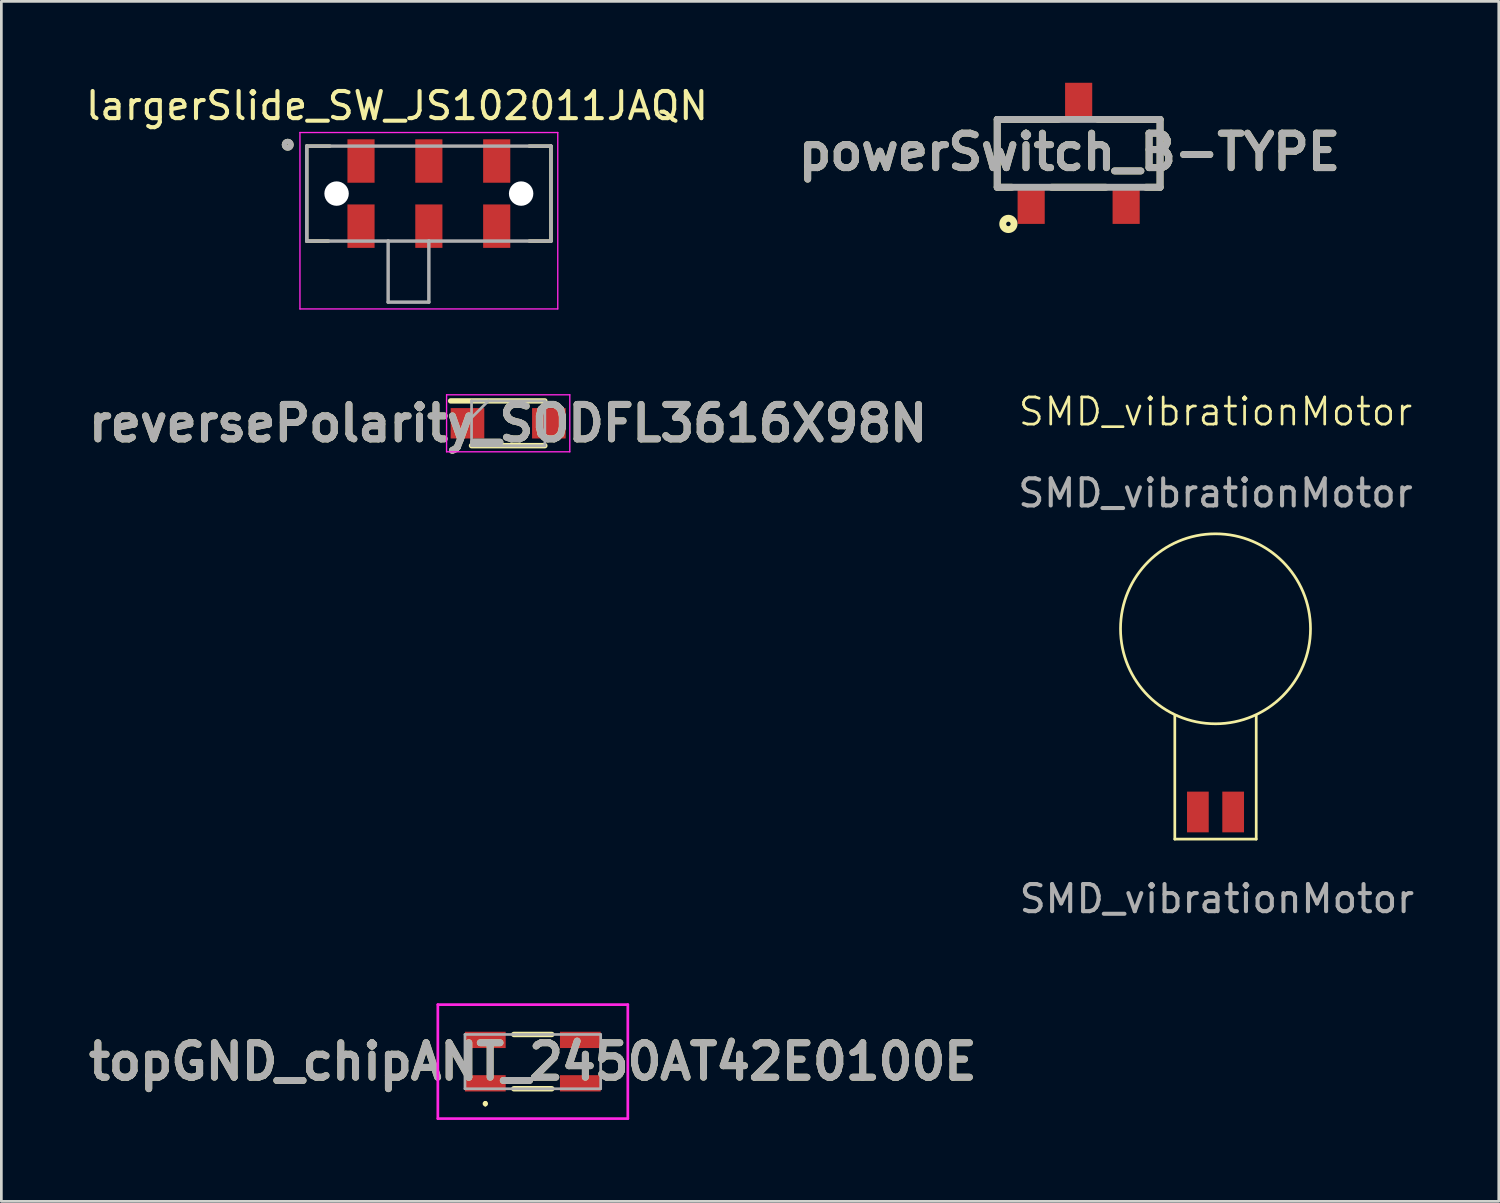
<source format=kicad_pcb>
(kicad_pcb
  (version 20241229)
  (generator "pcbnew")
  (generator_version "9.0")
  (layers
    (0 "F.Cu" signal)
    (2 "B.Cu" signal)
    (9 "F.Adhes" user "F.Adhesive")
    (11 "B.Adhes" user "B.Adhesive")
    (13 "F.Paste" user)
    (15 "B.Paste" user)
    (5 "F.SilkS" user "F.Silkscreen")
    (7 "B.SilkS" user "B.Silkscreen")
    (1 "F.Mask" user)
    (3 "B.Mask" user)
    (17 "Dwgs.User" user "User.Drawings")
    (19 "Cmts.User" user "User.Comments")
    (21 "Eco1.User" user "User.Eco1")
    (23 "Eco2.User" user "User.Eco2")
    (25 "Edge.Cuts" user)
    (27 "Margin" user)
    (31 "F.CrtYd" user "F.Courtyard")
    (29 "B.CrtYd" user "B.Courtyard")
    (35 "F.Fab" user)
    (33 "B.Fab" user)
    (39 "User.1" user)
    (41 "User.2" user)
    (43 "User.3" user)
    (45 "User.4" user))
  (footprint "topGND_chipANT_2450AT42E0100E"
    (layer "F.Cu")
    (at 16.583 36.067)
    (property "Reference" "topGND_chipANT_2450AT42E0100E" (at 0 0 0) (layer "F.SilkS") (effects (font (size 1.27 1.27) (thickness 0.254))))
    (attr smd)
    (fp_line (start -1.75 1.5) (end -1.75 1.5) (stroke (width 0.1) (type solid)) (layer "F.SilkS"))
    (fp_line (start -1.75 1.6) (end -1.75 1.6) (stroke (width 0.1) (type solid)) (layer "F.SilkS"))
    (fp_line (start -0.7 -1) (end 0.7 -1) (stroke (width 0.2) (type solid)) (layer "F.SilkS"))
    (fp_line (start -0.7 1) (end 0.7 1) (stroke (width 0.2) (type solid)) (layer "F.SilkS"))
    (fp_arc (start -1.75 1.5) (mid -1.7 1.55) (end -1.75 1.6) (stroke (width 0.1) (type solid)) (layer "F.SilkS"))
    (fp_arc (start -1.75 1.6) (mid -1.8 1.55) (end -1.75 1.5) (stroke (width 0.1) (type solid)) (layer "F.SilkS"))
    (fp_line (start -3.5 -2.1) (end 3.5 -2.1) (stroke (width 0.1) (type solid)) (layer "F.CrtYd"))
    (fp_line (start -3.5 2.1) (end -3.5 -2.1) (stroke (width 0.1) (type solid)) (layer "F.CrtYd"))
    (fp_line (start 3.5 -2.1) (end 3.5 2.1) (stroke (width 0.1) (type solid)) (layer "F.CrtYd"))
    (fp_line (start 3.5 2.1) (end -3.5 2.1) (stroke (width 0.1) (type solid)) (layer "F.CrtYd"))
    (fp_line (start -2.5 -1) (end 2.5 -1) (stroke (width 0.1) (type solid)) (layer "F.Fab"))
    (fp_line (start -2.5 1) (end -2.5 -1) (stroke (width 0.1) (type solid)) (layer "F.Fab"))
    (fp_line (start 2.5 -1) (end 2.5 1) (stroke (width 0.1) (type solid)) (layer "F.Fab"))
    (fp_line (start 2.5 1) (end -2.5 1) (stroke (width 0.1) (type solid)) (layer "F.Fab"))
    (fp_text user "${REFERENCE}" (at 0 0 0) (layer "F.Fab") (effects (font (size 1.27 1.27) (thickness 0.254))))
    (pad "1" smd rect (at -1.75 0.8 90) (size 0.6 1.5) (layers "F.Cu" "F.Mask" "F.Paste"))
    (pad "2" smd rect (at 1.75 0.8 90) (size 0.6 1.5) (layers "F.Cu" "F.Mask" "F.Paste"))
    (pad "3" smd rect (at 1.75 -0.8 90) (size 0.6 1.5) (layers "F.Cu" "F.Mask" "F.Paste"))
    (pad "4" smd rect (at -1.75 -0.8 90) (size 0.6 1.5) (layers "F.Cu" "F.Mask" "F.Paste")))
  (footprint "reversePolarity_SODFL3616X98N"
    (layer "F.Cu")
    (at 15.675 12.547)
    (property "Reference" "reversePolarity_SODFL3616X98N" (at 0 0 0) (layer "F.SilkS") (effects (font (size 1.27 1.27) (thickness 0.254))))
    (attr smd)
    (fp_line (start -2.12 -0.825) (end 1.35 -0.825) (stroke (width 0.2) (type solid)) (layer "F.SilkS"))
    (fp_line (start -1.35 0.825) (end 1.35 0.825) (stroke (width 0.2) (type solid)) (layer "F.SilkS"))
    (fp_line (start -2.27 -1.05) (end 2.27 -1.05) (stroke (width 0.05) (type solid)) (layer "F.CrtYd"))
    (fp_line (start -2.27 1.05) (end -2.27 -1.05) (stroke (width 0.05) (type solid)) (layer "F.CrtYd"))
    (fp_line (start 2.27 -1.05) (end 2.27 1.05) (stroke (width 0.05) (type solid)) (layer "F.CrtYd"))
    (fp_line (start 2.27 1.05) (end -2.27 1.05) (stroke (width 0.05) (type solid)) (layer "F.CrtYd"))
    (fp_line (start -1.35 -0.825) (end 1.35 -0.825) (stroke (width 0.1) (type solid)) (layer "F.Fab"))
    (fp_line (start -1.35 -0.205) (end -0.73 -0.825) (stroke (width 0.1) (type solid)) (layer "F.Fab"))
    (fp_line (start -1.35 0.825) (end -1.35 -0.825) (stroke (width 0.1) (type solid)) (layer "F.Fab"))
    (fp_line (start 1.35 -0.825) (end 1.35 0.825) (stroke (width 0.1) (type solid)) (layer "F.Fab"))
    (fp_line (start 1.35 0.825) (end -1.35 0.825) (stroke (width 0.1) (type solid)) (layer "F.Fab"))
    (fp_text user "${REFERENCE}" (at 0 0 0) (layer "F.Fab") (effects (font (size 1.27 1.27) (thickness 0.254))))
    (pad "1" smd rect (at -1.5 0 90) (size 1.12 1.24) (layers "F.Cu" "F.Mask" "F.Paste"))
    (pad "2" smd rect (at 1.5 0 90) (size 1.12 1.24) (layers "F.Cu" "F.Mask" "F.Paste")))
  (footprint "powerSwitch_B-TYPE"
    (layer "F.Cu")
    (at 36.695 2.6)
    (property "Reference" "powerSwitch_B-TYPE" (at -0.338 -0.047 0) (layer "F.SilkS") (effects (font (size 1.27 1.27) (thickness 0.254))))
    (attr smd)
    (fp_line (start -3 -1.25) (end -0.749 -1.25) (stroke (width 0.254) (type solid)) (layer "F.SilkS"))
    (fp_line (start -3 1.25) (end -3 -1.25) (stroke (width 0.254) (type solid)) (layer "F.SilkS"))
    (fp_line (start -3 1.25) (end -2.462 1.25) (stroke (width 0.254) (type solid)) (layer "F.SilkS"))
    (fp_line (start -1 1.25) (end 1 1.25) (stroke (width 0.254) (type solid)) (layer "F.SilkS"))
    (fp_line (start 3 -1.25) (end 0.71 -1.25) (stroke (width 0.254) (type solid)) (layer "F.SilkS"))
    (fp_line (start 3 1.25) (end 2.48 1.25) (stroke (width 0.254) (type solid)) (layer "F.SilkS"))
    (fp_line (start 3 1.25) (end 3 -1.25) (stroke (width 0.254) (type solid)) (layer "F.SilkS"))
    (fp_circle (center -2.589 2.601) (end -2.589 2.683) (stroke (width 0.254) (type solid)) (fill no) (layer "F.SilkS"))
    (fp_line (start -3 -1.25) (end 3 -1.25) (stroke (width 0.254) (type solid)) (layer "F.Fab"))
    (fp_line (start -3 1.25) (end -3 -1.25) (stroke (width 0.254) (type solid)) (layer "F.Fab"))
    (fp_line (start 3 -1.25) (end 3 1.25) (stroke (width 0.254) (type solid)) (layer "F.Fab"))
    (fp_line (start 3 1.25) (end -3 1.25) (stroke (width 0.254) (type solid)) (layer "F.Fab"))
    (fp_text user "${REFERENCE}" (at -0.338 -0.047 0) (layer "F.Fab") (effects (font (size 1.27 1.27) (thickness 0.254))))
    (pad "1" smd rect (at -1.75 1.95) (size 1 1.3) (layers "F.Cu" "F.Mask" "F.Paste"))
    (pad "2" smd rect (at 0 -1.95) (size 1 1.3) (layers "F.Cu" "F.Mask" "F.Paste"))
    (pad "3" smd rect (at 1.75 1.95) (size 1 1.3) (layers "F.Cu" "F.Mask" "F.Paste")))
  (footprint "SMD_vibrationMotor"
    (layer "F.Cu")
    (at 41.738 20.619)
    (property "Reference" "SMD_vibrationMotor" (at 0 -8.5 0) (unlocked yes) (layer "F.SilkS") (effects (font (size 1 1) (thickness 0.1))))
    (attr smd)
    (fp_line (start -1.5 7.25) (end -1.5 2.7) (stroke (width 0.1) (type default)) (layer "F.SilkS"))
    (fp_line (start -1.5 7.25) (end 1.5 7.25) (stroke (width 0.1) (type default)) (layer "F.SilkS"))
    (fp_line (start 1.5 2.7) (end 1.5 7.25) (stroke (width 0.1) (type default)) (layer "F.SilkS"))
    (fp_circle (center 0 -0.5) (end 3.5 -0.5) (stroke (width 0.1) (type default)) (fill no) (layer "F.SilkS"))
    (fp_text user "${REFERENCE}" (at 0.05 9.45 0) (unlocked yes) (layer "F.Fab") (effects (font (size 1 1) (thickness 0.15))))
    (fp_text user "${REFERENCE}" (at 0 -5.5 0) (unlocked yes) (layer "F.Fab") (effects (font (size 1 1) (thickness 0.15))))
    (pad "1" smd rect (at -0.65 6.25) (size 0.8 1.5) (layers "F.Cu" "F.Mask" "F.Paste"))
    (pad "2" smd rect (at 0.65 6.25) (size 0.8 1.5) (layers "F.Cu" "F.Mask" "F.Paste")))
  (footprint "largerSlide_SW_JS102011JAQN"
    (layer "F.Cu")
    (at 12.752 4.083)
    (property "Reference" "largerSlide_SW_JS102011JAQN" (at -1.175 -3.235 0) (layer "F.SilkS") (effects (font (size 1 1) (thickness 0.15))))
    (attr smd)
    (fp_line (start -4.5 -1.75) (end -4.5 1.75) (stroke (width 0.127) (type solid)) (layer "F.SilkS"))
    (fp_line (start -4.5 1.75) (end -3.7 1.75) (stroke (width 0.127) (type solid)) (layer "F.SilkS"))
    (fp_line (start -3.65 -1.75) (end -4.5 -1.75) (stroke (width 0.127) (type solid)) (layer "F.SilkS"))
    (fp_line (start 3.7 -1.75) (end 4.5 -1.75) (stroke (width 0.127) (type solid)) (layer "F.SilkS"))
    (fp_line (start 4.5 -1.75) (end 4.5 1.75) (stroke (width 0.127) (type solid)) (layer "F.SilkS"))
    (fp_line (start 4.5 1.75) (end 3.7 1.75) (stroke (width 0.127) (type solid)) (layer "F.SilkS"))
    (fp_circle (center -5.2 -1.8) (end -5.08 -1.8) (stroke (width 0.2) (type solid)) (fill no) (layer "F.SilkS"))
    (fp_line (start -4.75 -2.25) (end 4.75 -2.25) (stroke (width 0.05) (type solid)) (layer "F.CrtYd"))
    (fp_line (start -4.75 4.25) (end -4.75 -2.25) (stroke (width 0.05) (type solid)) (layer "F.CrtYd"))
    (fp_line (start 4.75 -2.25) (end 4.75 4.25) (stroke (width 0.05) (type solid)) (layer "F.CrtYd"))
    (fp_line (start 4.75 4.25) (end -4.75 4.25) (stroke (width 0.05) (type solid)) (layer "F.CrtYd"))
    (fp_line (start -4.5 -1.75) (end 4.5 -1.75) (stroke (width 0.127) (type solid)) (layer "F.Fab"))
    (fp_line (start -4.5 1.75) (end -4.5 -1.75) (stroke (width 0.127) (type solid)) (layer "F.Fab"))
    (fp_line (start -1.5 1.75) (end -4.5 1.75) (stroke (width 0.127) (type solid)) (layer "F.Fab"))
    (fp_line (start -1.5 1.75) (end -1.5 4) (stroke (width 0.127) (type solid)) (layer "F.Fab"))
    (fp_line (start -1.5 4) (end 0 4) (stroke (width 0.127) (type solid)) (layer "F.Fab"))
    (fp_line (start 0 1.75) (end -1.5 1.75) (stroke (width 0.127) (type solid)) (layer "F.Fab"))
    (fp_line (start 0 4) (end 0 1.75) (stroke (width 0.127) (type solid)) (layer "F.Fab"))
    (fp_line (start 4.5 -1.75) (end 4.5 1.75) (stroke (width 0.127) (type solid)) (layer "F.Fab"))
    (fp_line (start 4.5 1.75) (end 0 1.75) (stroke (width 0.127) (type solid)) (layer "F.Fab"))
    (fp_circle (center -5.2 -1.8) (end -5.08 -1.8) (stroke (width 0.2) (type solid)) (fill no) (layer "F.Fab"))
    (pad "" np_thru_hole circle (at -3.4 0) (size 0.9 0.9) (drill 0.9) (layers "*.Cu" "*.Mask"))
    (pad "" np_thru_hole circle (at 3.4 0) (size 0.9 0.9) (drill 0.9) (layers "*.Cu" "*.Mask"))
    (pad "1" smd rect (at -2.5 -1.2) (size 1 1.6) (layers "F.Cu" "F.Mask" "F.Paste"))
    (pad "1.1" smd rect (at -2.5 1.2 180) (size 1 1.6) (layers "F.Cu" "F.Mask" "F.Paste"))
    (pad "2" smd rect (at 0 -1.2) (size 1 1.6) (layers "F.Cu" "F.Mask" "F.Paste"))
    (pad "2.1" smd rect (at 0 1.2 180) (size 1 1.6) (layers "F.Cu" "F.Mask" "F.Paste"))
    (pad "3" smd rect (at 2.5 -1.2) (size 1 1.6) (layers "F.Cu" "F.Mask" "F.Paste"))
    (pad "3.1" smd rect (at 2.5 1.2 180) (size 1 1.6) (layers "F.Cu" "F.Mask" "F.Paste")))
  (gr_rect
    (start -3 -3)
    (end 52.175 41.217)
    (stroke (width 0.1) (type default))
    (fill no)
    (layer "Edge.Cuts")))
</source>
